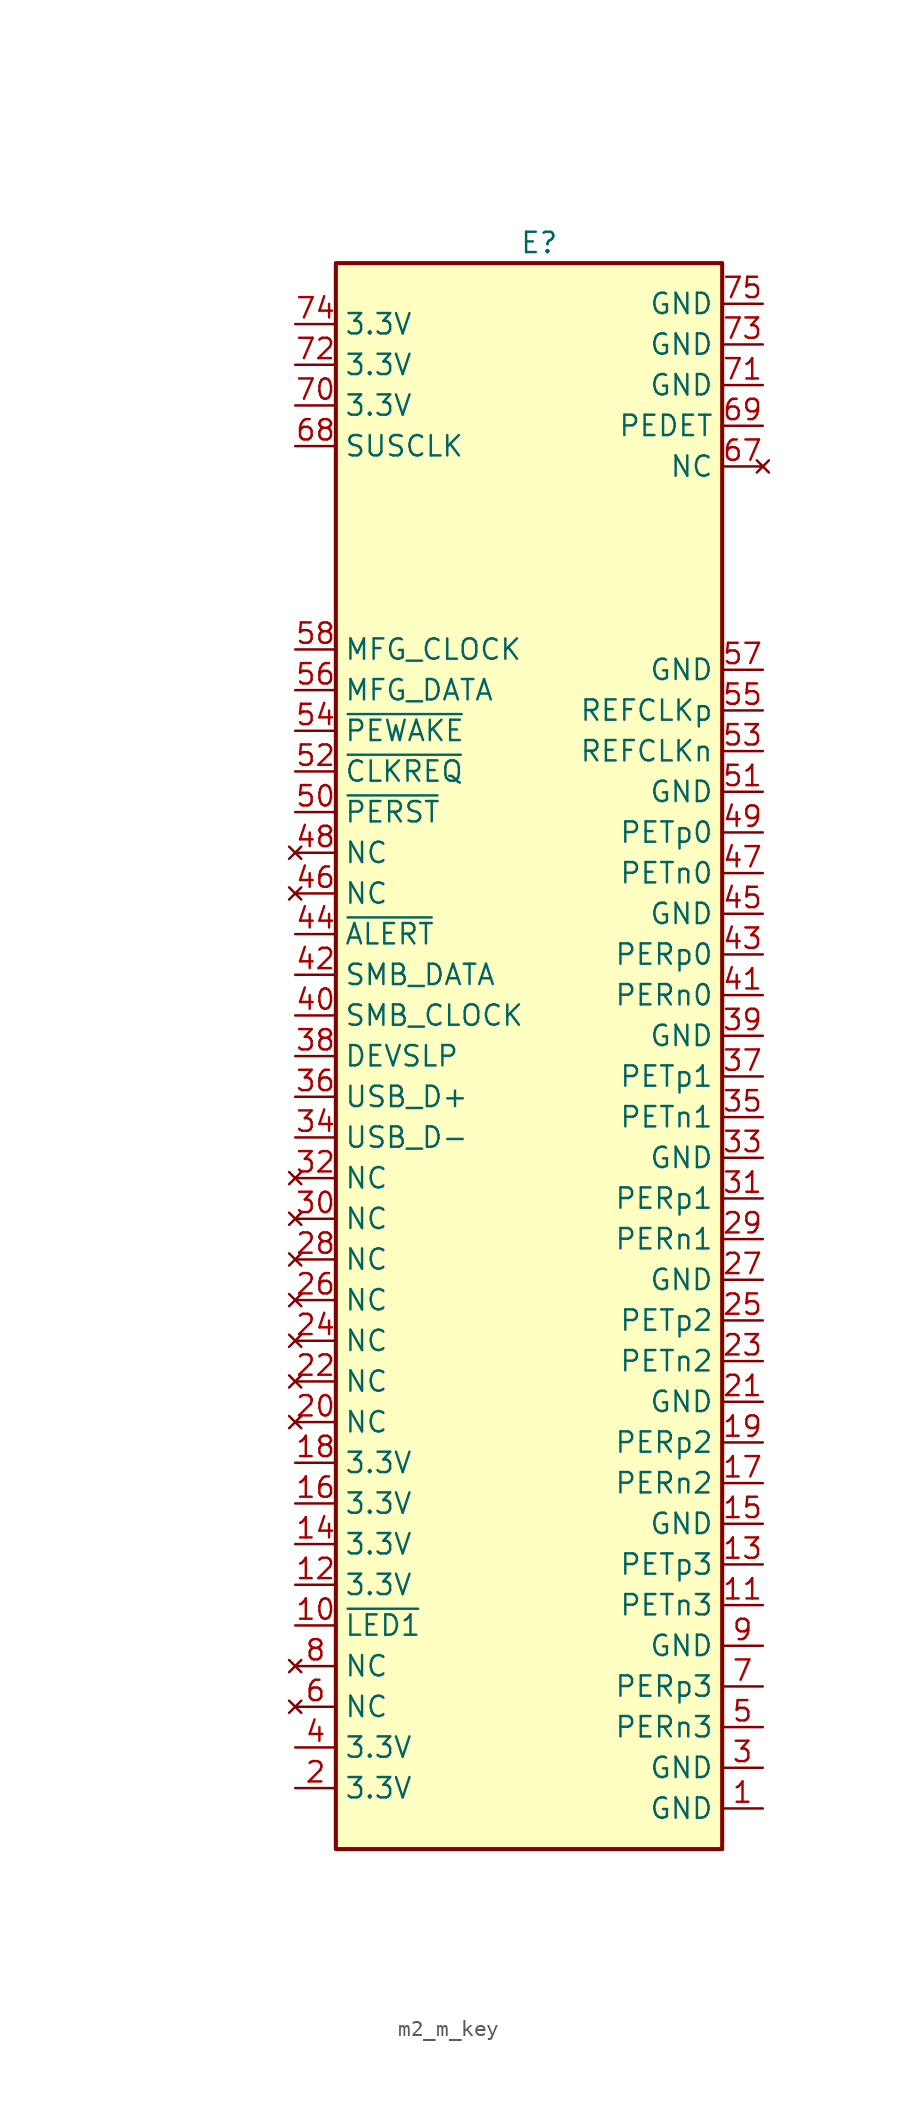
<source format=kicad_sym>
(kicad_symbol_lib
  (version 20231120)
  (generator "kicad_symbol_editor")
  (generator_version "8.0")
  (symbol "m2_m_key"
    (property "Reference" "E"
      (at 0 48.26 0)
      (effects (font (size 1.27 1.27))))
    (property "Value" ""
      (at -25.4 -20.32 90)
      (effects (font (size 1.27 1.27))))
    (symbol "m2_m_key_0_1"
      (rectangle (start -12.7 46.99) (end 11.43 -52.07) (stroke (width 0.254) (type default)) (fill (type background))))
    (symbol "m2_m_key_1_1"
      (pin power_in line (at 13.97 -49.53 180) (length 2.54) (name "GND" (effects (font (size 1.27 1.27)))) (number "1" (effects (font (size 1.27 1.27)))))
      (pin output line (at -15.24 -38.1 0) (length 2.54) (name "~{LED1}" (effects (font (size 1.27 1.27)))) (number "10" (effects (font (size 1.27 1.27)))))
      (pin output line (at 13.97 -36.83 180) (length 2.54) (name "PETn3" (effects (font (size 1.27 1.27)))) (number "11" (effects (font (size 1.27 1.27)))))
      (pin power_in line (at -15.24 -35.56 0) (length 2.54) (name "3.3V" (effects (font (size 1.27 1.27)))) (number "12" (effects (font (size 1.27 1.27)))))
      (pin output line (at 13.97 -34.29 180) (length 2.54) (name "PETp3" (effects (font (size 1.27 1.27)))) (number "13" (effects (font (size 1.27 1.27)))))
      (pin power_in line (at -15.24 -33.02 0) (length 2.54) (name "3.3V" (effects (font (size 1.27 1.27)))) (number "14" (effects (font (size 1.27 1.27)))))
      (pin power_in line (at 13.97 -31.75 180) (length 2.54) (name "GND" (effects (font (size 1.27 1.27)))) (number "15" (effects (font (size 1.27 1.27)))))
      (pin power_in line (at -15.24 -30.48 0) (length 2.54) (name "3.3V" (effects (font (size 1.27 1.27)))) (number "16" (effects (font (size 1.27 1.27)))))
      (pin input line (at 13.97 -29.21 180) (length 2.54) (name "PERn2" (effects (font (size 1.27 1.27)))) (number "17" (effects (font (size 1.27 1.27)))))
      (pin power_in line (at -15.24 -27.94 0) (length 2.54) (name "3.3V" (effects (font (size 1.27 1.27)))) (number "18" (effects (font (size 1.27 1.27)))))
      (pin input line (at 13.97 -26.67 180) (length 2.54) (name "PERp2" (effects (font (size 1.27 1.27)))) (number "19" (effects (font (size 1.27 1.27)))))
      (pin power_in line (at -15.24 -48.26 0) (length 2.54) (name "3.3V" (effects (font (size 1.27 1.27)))) (number "2" (effects (font (size 1.27 1.27)))))
      (pin no_connect line (at -15.24 -25.4 0) (length 2.54) (name "NC" (effects (font (size 1.27 1.27)))) (number "20" (effects (font (size 1.27 1.27)))))
      (pin power_in line (at 13.97 -24.13 180) (length 2.54) (name "GND" (effects (font (size 1.27 1.27)))) (number "21" (effects (font (size 1.27 1.27)))))
      (pin no_connect line (at -15.24 -22.86 0) (length 2.54) (name "NC" (effects (font (size 1.27 1.27)))) (number "22" (effects (font (size 1.27 1.27)))))
      (pin output line (at 13.97 -21.59 180) (length 2.54) (name "PETn2" (effects (font (size 1.27 1.27)))) (number "23" (effects (font (size 1.27 1.27)))))
      (pin no_connect line (at -15.24 -20.32 0) (length 2.54) (name "NC" (effects (font (size 1.27 1.27)))) (number "24" (effects (font (size 1.27 1.27)))))
      (pin output line (at 13.97 -19.05 180) (length 2.54) (name "PETp2" (effects (font (size 1.27 1.27)))) (number "25" (effects (font (size 1.27 1.27)))))
      (pin no_connect line (at -15.24 -17.78 0) (length 2.54) (name "NC" (effects (font (size 1.27 1.27)))) (number "26" (effects (font (size 1.27 1.27)))))
      (pin power_in line (at 13.97 -16.51 180) (length 2.54) (name "GND" (effects (font (size 1.27 1.27)))) (number "27" (effects (font (size 1.27 1.27)))))
      (pin no_connect line (at -15.24 -15.24 0) (length 2.54) (name "NC" (effects (font (size 1.27 1.27)))) (number "28" (effects (font (size 1.27 1.27)))))
      (pin input line (at 13.97 -13.97 180) (length 2.54) (name "PERn1" (effects (font (size 1.27 1.27)))) (number "29" (effects (font (size 1.27 1.27)))))
      (pin power_in line (at 13.97 -46.99 180) (length 2.54) (name "GND" (effects (font (size 1.27 1.27)))) (number "3" (effects (font (size 1.27 1.27)))))
      (pin no_connect line (at -15.24 -12.7 0) (length 2.54) (name "NC" (effects (font (size 1.27 1.27)))) (number "30" (effects (font (size 1.27 1.27)))))
      (pin input line (at 13.97 -11.43 180) (length 2.54) (name "PERp1" (effects (font (size 1.27 1.27)))) (number "31" (effects (font (size 1.27 1.27)))))
      (pin no_connect line (at -15.24 -10.16 0) (length 2.54) (name "NC" (effects (font (size 1.27 1.27)))) (number "32" (effects (font (size 1.27 1.27)))))
      (pin power_in line (at 13.97 -8.89 180) (length 2.54) (name "GND" (effects (font (size 1.27 1.27)))) (number "33" (effects (font (size 1.27 1.27)))))
      (pin passive line (at -15.24 -7.62 0) (length 2.54) (name "USB_D-" (effects (font (size 1.27 1.27)))) (number "34" (effects (font (size 1.27 1.27)))) (alternate "NC" no_connect line))
      (pin output line (at 13.97 -6.35 180) (length 2.54) (name "PETn1" (effects (font (size 1.27 1.27)))) (number "35" (effects (font (size 1.27 1.27)))))
      (pin passive line (at -15.24 -5.08 0) (length 2.54) (name "USB_D+" (effects (font (size 1.27 1.27)))) (number "36" (effects (font (size 1.27 1.27)))) (alternate "NC" no_connect line))
      (pin output line (at 13.97 -3.81 180) (length 2.54) (name "PETp1" (effects (font (size 1.27 1.27)))) (number "37" (effects (font (size 1.27 1.27)))))
      (pin passive line (at -15.24 -2.54 0) (length 2.54) (name "DEVSLP" (effects (font (size 1.27 1.27)))) (number "38" (effects (font (size 1.27 1.27)))) (alternate "GND" power_in line))
      (pin power_in line (at 13.97 -1.27 180) (length 2.54) (name "GND" (effects (font (size 1.27 1.27)))) (number "39" (effects (font (size 1.27 1.27)))))
      (pin power_in line (at -15.24 -45.72 0) (length 2.54) (name "3.3V" (effects (font (size 1.27 1.27)))) (number "4" (effects (font (size 1.27 1.27)))))
      (pin passive line (at -15.24 0 0) (length 2.54) (name "SMB_CLOCK" (effects (font (size 1.27 1.27)))) (number "40" (effects (font (size 1.27 1.27)))))
      (pin input line (at 13.97 1.27 180) (length 2.54) (name "PERn0" (effects (font (size 1.27 1.27)))) (number "41" (effects (font (size 1.27 1.27)))))
      (pin passive line (at -15.24 2.54 0) (length 2.54) (name "SMB_DATA" (effects (font (size 1.27 1.27)))) (number "42" (effects (font (size 1.27 1.27)))))
      (pin input line (at 13.97 3.81 180) (length 2.54) (name "PERp0" (effects (font (size 1.27 1.27)))) (number "43" (effects (font (size 1.27 1.27)))))
      (pin passive line (at -15.24 5.08 0) (length 2.54) (name "~{ALERT}" (effects (font (size 1.27 1.27)))) (number "44" (effects (font (size 1.27 1.27)))) (alternate "NC" no_connect line))
      (pin power_in line (at 13.97 6.35 180) (length 2.54) (name "GND" (effects (font (size 1.27 1.27)))) (number "45" (effects (font (size 1.27 1.27)))))
      (pin no_connect line (at -15.24 7.62 0) (length 2.54) (name "NC" (effects (font (size 1.27 1.27)))) (number "46" (effects (font (size 1.27 1.27)))))
      (pin output line (at 13.97 8.89 180) (length 2.54) (name "PETn0" (effects (font (size 1.27 1.27)))) (number "47" (effects (font (size 1.27 1.27)))))
      (pin no_connect line (at -15.24 10.16 0) (length 2.54) (name "NC" (effects (font (size 1.27 1.27)))) (number "48" (effects (font (size 1.27 1.27)))))
      (pin output line (at 13.97 11.43 180) (length 2.54) (name "PETp0" (effects (font (size 1.27 1.27)))) (number "49" (effects (font (size 1.27 1.27)))))
      (pin input line (at 13.97 -44.45 180) (length 2.54) (name "PERn3" (effects (font (size 1.27 1.27)))) (number "5" (effects (font (size 1.27 1.27)))))
      (pin output line (at -15.24 12.7 0) (length 2.54) (name "~{PERST}" (effects (font (size 1.27 1.27)))) (number "50" (effects (font (size 1.27 1.27)))))
      (pin power_in line (at 13.97 13.97 180) (length 2.54) (name "GND" (effects (font (size 1.27 1.27)))) (number "51" (effects (font (size 1.27 1.27)))))
      (pin bidirectional line (at -15.24 15.24 0) (length 2.54) (name "~{CLKREQ}" (effects (font (size 1.27 1.27)))) (number "52" (effects (font (size 1.27 1.27)))))
      (pin output line (at 13.97 16.51 180) (length 2.54) (name "REFCLKn" (effects (font (size 1.27 1.27)))) (number "53" (effects (font (size 1.27 1.27)))))
      (pin bidirectional line (at -15.24 17.78 0) (length 2.54) (name "~{PEWAKE}" (effects (font (size 1.27 1.27)))) (number "54" (effects (font (size 1.27 1.27)))))
      (pin output line (at 13.97 19.05 180) (length 2.54) (name "REFCLKp" (effects (font (size 1.27 1.27)))) (number "55" (effects (font (size 1.27 1.27)))))
      (pin passive line (at -15.24 20.32 0) (length 2.54) (name "MFG_DATA" (effects (font (size 1.27 1.27)))) (number "56" (effects (font (size 1.27 1.27)))))
      (pin power_in line (at 13.97 21.59 180) (length 2.54) (name "GND" (effects (font (size 1.27 1.27)))) (number "57" (effects (font (size 1.27 1.27)))))
      (pin passive line (at -15.24 22.86 0) (length 2.54) (name "MFG_CLOCK" (effects (font (size 1.27 1.27)))) (number "58" (effects (font (size 1.27 1.27)))))
      (pin no_connect line (at -15.24 -43.18 0) (length 2.54) (name "NC" (effects (font (size 1.27 1.27)))) (number "6" (effects (font (size 1.27 1.27)))))
      (pin no_connect line (at 13.97 34.29 180) (length 2.54) (name "NC" (effects (font (size 1.27 1.27)))) (number "67" (effects (font (size 1.27 1.27)))))
      (pin output line (at -15.24 35.56 0) (length 2.54) (name "SUSCLK" (effects (font (size 1.27 1.27)))) (number "68" (effects (font (size 1.27 1.27)))))
      (pin input line (at 13.97 36.83 180) (length 2.54) (name "PEDET" (effects (font (size 1.27 1.27)))) (number "69" (effects (font (size 1.27 1.27)))))
      (pin input line (at 13.97 -41.91 180) (length 2.54) (name "PERp3" (effects (font (size 1.27 1.27)))) (number "7" (effects (font (size 1.27 1.27)))))
      (pin passive line (at -15.24 38.1 0) (length 2.54) (name "3.3V" (effects (font (size 1.27 1.27)))) (number "70" (effects (font (size 1.27 1.27)))))
      (pin power_in line (at 13.97 39.37 180) (length 2.54) (name "GND" (effects (font (size 1.27 1.27)))) (number "71" (effects (font (size 1.27 1.27)))))
      (pin passive line (at -15.24 40.64 0) (length 2.54) (name "3.3V" (effects (font (size 1.27 1.27)))) (number "72" (effects (font (size 1.27 1.27)))))
      (pin power_in line (at 13.97 41.91 180) (length 2.54) (name "GND" (effects (font (size 1.27 1.27)))) (number "73" (effects (font (size 1.27 1.27)))))
      (pin passive line (at -15.24 43.18 0) (length 2.54) (name "3.3V" (effects (font (size 1.27 1.27)))) (number "74" (effects (font (size 1.27 1.27)))))
      (pin power_in line (at 13.97 44.45 180) (length 2.54) (name "GND" (effects (font (size 1.27 1.27)))) (number "75" (effects (font (size 1.27 1.27)))))
      (pin no_connect line (at -15.24 -40.64 0) (length 2.54) (name "NC" (effects (font (size 1.27 1.27)))) (number "8" (effects (font (size 1.27 1.27)))))
      (pin power_in line (at 13.97 -39.37 180) (length 2.54) (name "GND" (effects (font (size 1.27 1.27)))) (number "9" (effects (font (size 1.27 1.27))))))))
</source>
